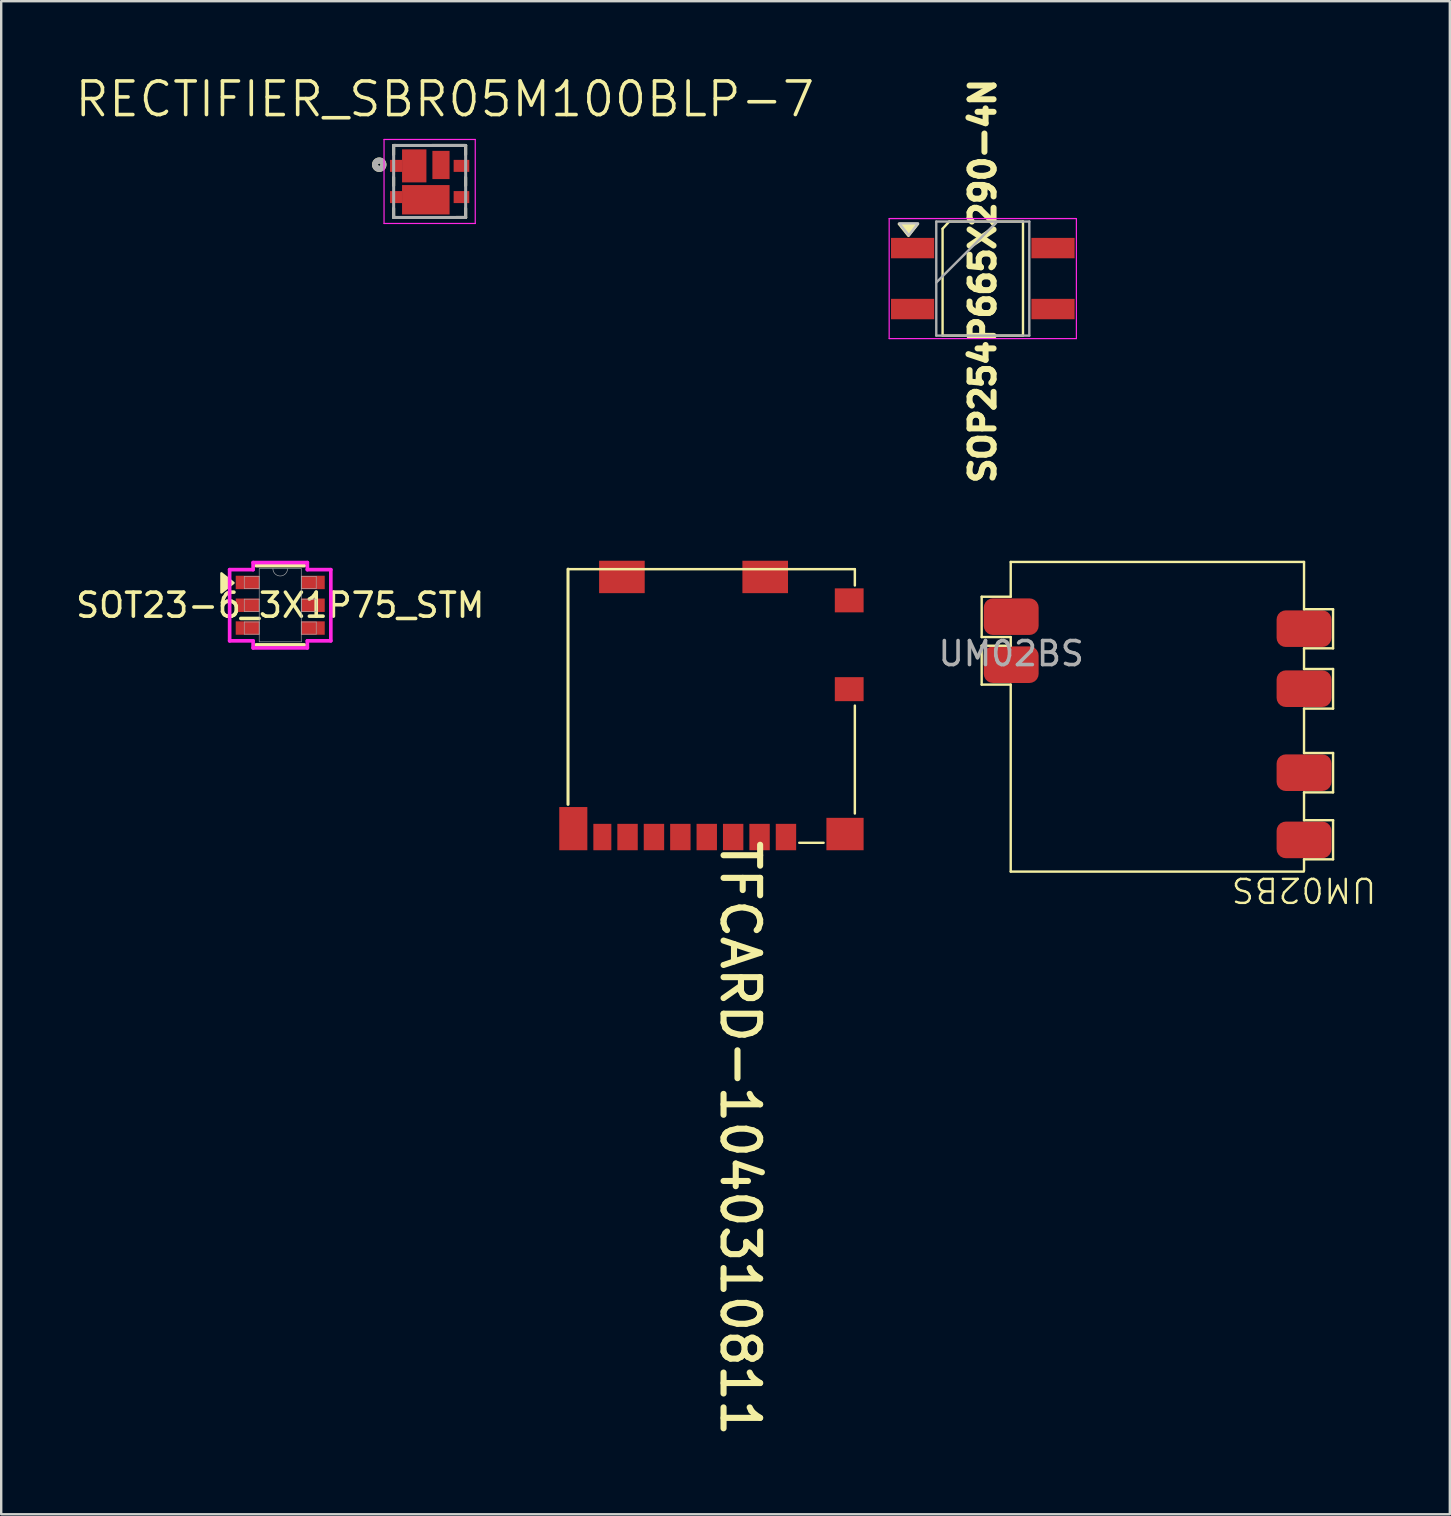
<source format=kicad_pcb>
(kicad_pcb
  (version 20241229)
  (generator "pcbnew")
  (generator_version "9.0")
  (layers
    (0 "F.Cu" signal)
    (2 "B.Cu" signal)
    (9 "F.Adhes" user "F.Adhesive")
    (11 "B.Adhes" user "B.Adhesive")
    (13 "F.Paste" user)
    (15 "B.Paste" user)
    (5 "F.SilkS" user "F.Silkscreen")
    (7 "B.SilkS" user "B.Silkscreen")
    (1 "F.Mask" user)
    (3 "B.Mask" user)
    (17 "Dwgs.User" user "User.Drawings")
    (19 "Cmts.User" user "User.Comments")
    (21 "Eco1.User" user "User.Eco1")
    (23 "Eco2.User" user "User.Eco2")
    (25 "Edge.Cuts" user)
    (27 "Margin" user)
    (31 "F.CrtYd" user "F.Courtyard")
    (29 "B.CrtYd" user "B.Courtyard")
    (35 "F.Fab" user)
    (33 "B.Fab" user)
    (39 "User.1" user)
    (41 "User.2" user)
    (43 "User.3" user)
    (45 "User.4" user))
  (footprint "SOP254P665X290-4N"
    (layer "F.Cu")
    (at 37.895 8.556)
    (property "Reference" "SOP254P665X290-4N" (at 0 0.1 90) (layer "F.SilkS") (effects (font (size 1 1) (thickness 0.25))))
    (attr smd)
    (fp_line (start -1.675 2.375) (end -1.675 -2.075) (stroke (width 0.1) (type solid)) (layer "F.SilkS"))
    (fp_line (start -1.4 -2.375) (end -1.675 -2.075) (stroke (width 0.1) (type default)) (layer "F.SilkS"))
    (fp_line (start -1.4 -2.375) (end 1.675 -2.375) (stroke (width 0.1) (type solid)) (layer "F.SilkS"))
    (fp_line (start 1.675 -2.375) (end 1.675 2.375) (stroke (width 0.1) (type solid)) (layer "F.SilkS"))
    (fp_line (start 1.675 2.375) (end -1.675 2.375) (stroke (width 0.1) (type solid)) (layer "F.SilkS"))
    (fp_poly (pts (xy -3.098 -1.778) (xy -2.698 -2.278) (xy -3.498 -2.278)) (stroke (width 0.1) (type solid)) (fill yes) (layer "F.SilkS"))
    (fp_poly (pts (xy -3.079 -1.8) (xy -2.7 -2.3) (xy -3.479 -2.3)) (stroke (width 0.1) (type solid)) (fill no) (layer "Dwgs.User"))
    (fp_line (start -3.9 -2.5) (end 3.9 -2.5) (stroke (width 0.05) (type solid)) (layer "F.CrtYd"))
    (fp_line (start -3.9 2.5) (end -3.9 -2.5) (stroke (width 0.05) (type solid)) (layer "F.CrtYd"))
    (fp_line (start 3.9 -2.5) (end 3.9 2.5) (stroke (width 0.05) (type solid)) (layer "F.CrtYd"))
    (fp_line (start 3.9 2.5) (end -3.9 2.5) (stroke (width 0.05) (type solid)) (layer "F.CrtYd"))
    (fp_line (start -1.938 -2.375) (end 1.938 -2.375) (stroke (width 0.1) (type solid)) (layer "F.Fab"))
    (fp_line (start -1.938 0.165) (end 0.602 -2.375) (stroke (width 0.1) (type solid)) (layer "F.Fab"))
    (fp_line (start -1.938 2.375) (end -1.938 -2.375) (stroke (width 0.1) (type solid)) (layer "F.Fab"))
    (fp_line (start 1.938 -2.375) (end 1.938 2.375) (stroke (width 0.1) (type solid)) (layer "F.Fab"))
    (fp_line (start 1.938 2.375) (end -1.938 2.375) (stroke (width 0.1) (type solid)) (layer "F.Fab"))
    (pad "1" smd rect (at -2.925 -1.27 90) (size 0.85 1.8) (layers "F.Cu" "F.Mask" "F.Paste"))
    (pad "2" smd rect (at -2.925 1.27 90) (size 0.85 1.8) (layers "F.Cu" "F.Mask" "F.Paste"))
    (pad "3" smd rect (at 2.925 1.27 90) (size 0.85 1.8) (layers "F.Cu" "F.Mask" "F.Paste"))
    (pad "4" smd rect (at 2.925 -1.27 90) (size 0.85 1.8) (layers "F.Cu" "F.Mask" "F.Paste")))
  (footprint "RECTIFIER_SBR05M100BLP-7"
    (layer "F.Cu")
    (at 14.85 4.511)
    (property "Reference" "RECTIFIER_SBR05M100BLP-7" (at 0.635 -3.429 0) (layer "F.SilkS") (effects (font (size 1.4 1.4) (thickness 0.15))))
    (attr smd)
    (fp_line (start -1.5 -1.5) (end -1.4 -1.5) (stroke (width 0.127) (type solid)) (layer "F.SilkS"))
    (fp_line (start -1.5 -1.12) (end -1.5 -1.5) (stroke (width 0.127) (type solid)) (layer "F.SilkS"))
    (fp_line (start -1.5 -0.17) (end -1.5 0.17) (stroke (width 0.127) (type solid)) (layer "F.SilkS"))
    (fp_line (start -1.5 1.12) (end -1.5 1.5) (stroke (width 0.127) (type solid)) (layer "F.SilkS"))
    (fp_line (start -1.5 1.5) (end -1.4 1.5) (stroke (width 0.127) (type solid)) (layer "F.SilkS"))
    (fp_line (start 1.1 1.5) (end 1.5 1.5) (stroke (width 0.127) (type solid)) (layer "F.SilkS"))
    (fp_line (start 1.5 -1.5) (end 0.1 -1.5) (stroke (width 0.127) (type solid)) (layer "F.SilkS"))
    (fp_line (start 1.5 -1.12) (end 1.5 -1.5) (stroke (width 0.127) (type solid)) (layer "F.SilkS"))
    (fp_line (start 1.5 -0.17) (end 1.5 0.17) (stroke (width 0.127) (type solid)) (layer "F.SilkS"))
    (fp_line (start 1.5 1.5) (end 1.5 1.12) (stroke (width 0.127) (type solid)) (layer "F.SilkS"))
    (fp_circle (center -2.1 -0.7) (end -2.05 -0.7) (stroke (width 0.25) (type solid)) (fill no) (layer "F.SilkS"))
    (fp_line (start -1.9 -1.75) (end 1.9 -1.75) (stroke (width 0.05) (type solid)) (layer "F.CrtYd"))
    (fp_line (start -1.9 1.75) (end -1.9 -1.75) (stroke (width 0.05) (type solid)) (layer "F.CrtYd"))
    (fp_line (start 1.9 -1.75) (end 1.9 1.75) (stroke (width 0.05) (type solid)) (layer "F.CrtYd"))
    (fp_line (start 1.9 1.75) (end -1.9 1.75) (stroke (width 0.05) (type solid)) (layer "F.CrtYd"))
    (fp_line (start -1.5 -1.5) (end 1.5 -1.5) (stroke (width 0.127) (type solid)) (layer "F.Fab"))
    (fp_line (start -1.5 1.5) (end -1.5 -1.5) (stroke (width 0.127) (type solid)) (layer "F.Fab"))
    (fp_line (start 1.5 -1.5) (end 1.5 1.5) (stroke (width 0.127) (type solid)) (layer "F.Fab"))
    (fp_line (start 1.5 1.5) (end -1.5 1.5) (stroke (width 0.127) (type solid)) (layer "F.Fab"))
    (fp_circle (center -2.1 -0.7) (end -2.05 -0.7) (stroke (width 0.25) (type solid)) (fill no) (layer "F.Fab"))
    (pad "1" smd rect (at -1.4 -0.65) (size 0.5 0.5) (layers "F.Cu" "F.Mask" "F.Paste"))
    (pad "1" smd rect (at -0.642 -0.65) (size 1.015 1.375) (layers "F.Cu" "F.Mask" "F.Paste"))
    (pad "2" smd rect (at -1.4 0.65) (size 0.5 0.5) (layers "F.Cu" "F.Mask" "F.Paste"))
    (pad "2" smd rect (at -0.16 0.762) (size 1.98 1.225) (layers "F.Cu" "F.Mask" "F.Paste"))
    (pad "3" smd rect (at 1.325 0.65) (size 0.65 0.5) (layers "F.Cu" "F.Mask" "F.Paste"))
    (pad "4" smd rect (at 1.325 -0.65) (size 0.65 0.5) (layers "F.Cu" "F.Mask" "F.Paste"))
    (pad "DNC" smd rect (at 0.472 -0.688) (size 0.715 1.175) (layers "F.Cu" "F.Mask" "F.Paste")))
  (footprint "UM02BS"
    (layer "F.Cu")
    (at 51.279 31.942)
    (property "Reference" "UM02BS" (at 0 2.08 180) (unlocked yes) (layer "F.SilkS") (effects (font (size 1 1) (thickness 0.1))))
    (attr smd)
    (fp_line (start -13.43 -10.13) (end -12.22 -10.13) (stroke (width 0.1) (type default)) (layer "F.SilkS"))
    (fp_line (start -13.43 -8.45) (end -13.43 -10.13) (stroke (width 0.1) (type default)) (layer "F.SilkS"))
    (fp_line (start -13.43 -8.09) (end -12.22 -8.09) (stroke (width 0.1) (type default)) (layer "F.SilkS"))
    (fp_line (start -13.43 -6.47) (end -13.43 -8.09) (stroke (width 0.1) (type default)) (layer "F.SilkS"))
    (fp_line (start -12.22 -11.58) (end 0 -11.58) (stroke (width 0.1) (type default)) (layer "F.SilkS"))
    (fp_line (start -12.22 -10.13) (end -12.22 -11.58) (stroke (width 0.1) (type default)) (layer "F.SilkS"))
    (fp_line (start -12.22 -8.45) (end -13.43 -8.45) (stroke (width 0.1) (type default)) (layer "F.SilkS"))
    (fp_line (start -12.22 -8.09) (end -12.22 -8.45) (stroke (width 0.1) (type default)) (layer "F.SilkS"))
    (fp_line (start -12.22 -6.47) (end -13.43 -6.47) (stroke (width 0.1) (type default)) (layer "F.SilkS"))
    (fp_line (start -12.22 1.32) (end -12.22 -6.47) (stroke (width 0.1) (type default)) (layer "F.SilkS"))
    (fp_line (start -0.01 1.32) (end -12.22 1.32) (stroke (width 0.1) (type default)) (layer "F.SilkS"))
    (fp_line (start 0 -11.58) (end 0 -9.61) (stroke (width 0.1) (type default)) (layer "F.SilkS"))
    (fp_line (start 0 -9.61) (end 1.17 -9.61) (stroke (width 0.1) (type default)) (layer "F.SilkS"))
    (fp_line (start 0 -7.98) (end 0 -7.12) (stroke (width 0.1) (type default)) (layer "F.SilkS"))
    (fp_line (start 0 -7.12) (end 1.21 -7.12) (stroke (width 0.1) (type default)) (layer "F.SilkS"))
    (fp_line (start 0 -5.47) (end 0 -3.62) (stroke (width 0.1) (type default)) (layer "F.SilkS"))
    (fp_line (start 0 -3.62) (end 1.21 -3.62) (stroke (width 0.1) (type default)) (layer "F.SilkS"))
    (fp_line (start 0 -1.98) (end 0 -0.82) (stroke (width 0.1) (type default)) (layer "F.SilkS"))
    (fp_line (start 0 -0.82) (end 1.21 -0.82) (stroke (width 0.1) (type default)) (layer "F.SilkS"))
    (fp_line (start 0 0.81) (end 0 1.28) (stroke (width 0.1) (type default)) (layer "F.SilkS"))
    (fp_line (start 1.17 -9.61) (end 1.21 -9.61) (stroke (width 0.1) (type default)) (layer "F.SilkS"))
    (fp_line (start 1.21 -9.61) (end 1.21 -7.98) (stroke (width 0.1) (type default)) (layer "F.SilkS"))
    (fp_line (start 1.21 -7.98) (end 0 -7.98) (stroke (width 0.1) (type default)) (layer "F.SilkS"))
    (fp_line (start 1.21 -7.12) (end 1.21 -5.47) (stroke (width 0.1) (type default)) (layer "F.SilkS"))
    (fp_line (start 1.21 -5.47) (end 0 -5.47) (stroke (width 0.1) (type default)) (layer "F.SilkS"))
    (fp_line (start 1.21 -3.62) (end 1.21 -1.98) (stroke (width 0.1) (type default)) (layer "F.SilkS"))
    (fp_line (start 1.21 -1.98) (end 0 -1.98) (stroke (width 0.1) (type default)) (layer "F.SilkS"))
    (fp_line (start 1.21 -0.82) (end 1.21 0.81) (stroke (width 0.1) (type default)) (layer "F.SilkS"))
    (fp_line (start 1.21 0.81) (end 0 0.81) (stroke (width 0.1) (type default)) (layer "F.SilkS"))
    (fp_text user "${REFERENCE}" (at -12.2 -7.76 0) (unlocked yes) (layer "F.Fab") (effects (font (size 1 1) (thickness 0.15))))
    (pad "1" smd roundrect (at 0 0 180) (size 2.286 1.524) (layers "F.Cu" "F.Mask" "F.Paste") (roundrect_rratio 0.25))
    (pad "2" smd roundrect (at 0 -2.8 180) (size 2.286 1.524) (layers "F.Cu" "F.Mask" "F.Paste") (roundrect_rratio 0.25))
    (pad "3" smd roundrect (at 0 -6.3 180) (size 2.286 1.524) (layers "F.Cu" "F.Mask" "F.Paste") (roundrect_rratio 0.25))
    (pad "4" smd roundrect (at 0 -8.8 180) (size 2.286 1.524) (layers "F.Cu" "F.Mask" "F.Paste") (roundrect_rratio 0.25))
    (pad "5" smd roundrect (at -12.2 -9.3 180) (size 2.286 1.524) (layers "F.Cu" "F.Mask" "F.Paste") (roundrect_rratio 0.25))
    (pad "6" smd roundrect (at -12.2 -7.3 180) (size 2.286 1.524) (layers "F.Cu" "F.Mask" "F.Paste") (roundrect_rratio 0.25)))
  (footprint "SOT23-6_3X1P75_STM"
    (layer "F.Cu")
    (at 8.625 22.166)
    (property "Reference" "SOT23-6_3X1P75_STM" (at 0 0 0) (unlocked yes) (layer "F.SilkS") (effects (font (size 1 1) (thickness 0.15))))
    (attr smd)
    (fp_line (start -1.003 1.651) (end 1.003 1.651) (stroke (width 0.152) (type solid)) (layer "F.SilkS"))
    (fp_line (start 1.003 -1.651) (end -1.003 -1.651) (stroke (width 0.152) (type solid)) (layer "F.SilkS"))
    (fp_poly (pts (xy -1.946 -0.931) (xy -2.45 -1.331) (xy -2.45 -0.531)) (stroke (width 0.1) (type solid)) (fill yes) (layer "F.SilkS"))
    (fp_line (start -2.108 -1.483) (end -1.13 -1.483) (stroke (width 0.152) (type solid)) (layer "F.CrtYd"))
    (fp_line (start -2.108 1.483) (end -2.108 -1.483) (stroke (width 0.152) (type solid)) (layer "F.CrtYd"))
    (fp_line (start -2.108 1.483) (end -1.13 1.483) (stroke (width 0.152) (type solid)) (layer "F.CrtYd"))
    (fp_line (start -1.13 -1.778) (end 1.13 -1.778) (stroke (width 0.152) (type solid)) (layer "F.CrtYd"))
    (fp_line (start -1.13 -1.483) (end -1.13 -1.778) (stroke (width 0.152) (type solid)) (layer "F.CrtYd"))
    (fp_line (start -1.13 1.778) (end -1.13 1.483) (stroke (width 0.152) (type solid)) (layer "F.CrtYd"))
    (fp_line (start 1.13 -1.778) (end 1.13 -1.483) (stroke (width 0.152) (type solid)) (layer "F.CrtYd"))
    (fp_line (start 1.13 1.483) (end 1.13 1.778) (stroke (width 0.152) (type solid)) (layer "F.CrtYd"))
    (fp_line (start 1.13 1.778) (end -1.13 1.778) (stroke (width 0.152) (type solid)) (layer "F.CrtYd"))
    (fp_line (start 2.108 -1.483) (end 1.13 -1.483) (stroke (width 0.152) (type solid)) (layer "F.CrtYd"))
    (fp_line (start 2.108 -1.483) (end 2.108 1.483) (stroke (width 0.152) (type solid)) (layer "F.CrtYd"))
    (fp_line (start 2.108 1.483) (end 1.13 1.483) (stroke (width 0.152) (type solid)) (layer "F.CrtYd"))
    (fp_line (start -1.499 -1.204) (end -1.499 -0.696) (stroke (width 0.025) (type solid)) (layer "F.Fab"))
    (fp_line (start -1.499 -0.696) (end -0.876 -0.696) (stroke (width 0.025) (type solid)) (layer "F.Fab"))
    (fp_line (start -1.499 -0.254) (end -1.499 0.254) (stroke (width 0.025) (type solid)) (layer "F.Fab"))
    (fp_line (start -1.499 0.254) (end -0.876 0.254) (stroke (width 0.025) (type solid)) (layer "F.Fab"))
    (fp_line (start -1.499 0.696) (end -1.499 1.204) (stroke (width 0.025) (type solid)) (layer "F.Fab"))
    (fp_line (start -1.499 1.204) (end -0.876 1.204) (stroke (width 0.025) (type solid)) (layer "F.Fab"))
    (fp_line (start -0.876 -1.524) (end -0.876 1.524) (stroke (width 0.025) (type solid)) (layer "F.Fab"))
    (fp_line (start -0.876 -1.204) (end -1.499 -1.204) (stroke (width 0.025) (type solid)) (layer "F.Fab"))
    (fp_line (start -0.876 -0.696) (end -0.876 -1.204) (stroke (width 0.025) (type solid)) (layer "F.Fab"))
    (fp_line (start -0.876 -0.254) (end -1.499 -0.254) (stroke (width 0.025) (type solid)) (layer "F.Fab"))
    (fp_line (start -0.876 0.254) (end -0.876 -0.254) (stroke (width 0.025) (type solid)) (layer "F.Fab"))
    (fp_line (start -0.876 0.696) (end -1.499 0.696) (stroke (width 0.025) (type solid)) (layer "F.Fab"))
    (fp_line (start -0.876 1.204) (end -0.876 0.696) (stroke (width 0.025) (type solid)) (layer "F.Fab"))
    (fp_line (start -0.876 1.524) (end 0.876 1.524) (stroke (width 0.025) (type solid)) (layer "F.Fab"))
    (fp_line (start 0.876 -1.524) (end -0.876 -1.524) (stroke (width 0.025) (type solid)) (layer "F.Fab"))
    (fp_line (start 0.876 -1.204) (end 0.876 -0.696) (stroke (width 0.025) (type solid)) (layer "F.Fab"))
    (fp_line (start 0.876 -0.696) (end 1.499 -0.696) (stroke (width 0.025) (type solid)) (layer "F.Fab"))
    (fp_line (start 0.876 -0.254) (end 0.876 0.254) (stroke (width 0.025) (type solid)) (layer "F.Fab"))
    (fp_line (start 0.876 0.254) (end 1.499 0.254) (stroke (width 0.025) (type solid)) (layer "F.Fab"))
    (fp_line (start 0.876 0.696) (end 0.876 1.204) (stroke (width 0.025) (type solid)) (layer "F.Fab"))
    (fp_line (start 0.876 1.204) (end 1.499 1.204) (stroke (width 0.025) (type solid)) (layer "F.Fab"))
    (fp_line (start 0.876 1.524) (end 0.876 -1.524) (stroke (width 0.025) (type solid)) (layer "F.Fab"))
    (fp_line (start 1.499 -1.204) (end 0.876 -1.204) (stroke (width 0.025) (type solid)) (layer "F.Fab"))
    (fp_line (start 1.499 -0.696) (end 1.499 -1.204) (stroke (width 0.025) (type solid)) (layer "F.Fab"))
    (fp_line (start 1.499 -0.254) (end 0.876 -0.254) (stroke (width 0.025) (type solid)) (layer "F.Fab"))
    (fp_line (start 1.499 0.254) (end 1.499 -0.254) (stroke (width 0.025) (type solid)) (layer "F.Fab"))
    (fp_line (start 1.499 0.696) (end 0.876 0.696) (stroke (width 0.025) (type solid)) (layer "F.Fab"))
    (fp_line (start 1.499 1.204) (end 1.499 0.696) (stroke (width 0.025) (type solid)) (layer "F.Fab"))
    (fp_arc (start 0.3048 -1.524) (mid 0 -1.2192) (end -0.3048 -1.524) (stroke (width 0.0254) (type solid)) (layer "F.Fab"))
    (pad "1" smd rect (at -1.365 -0.95) (size 0.978 0.559) (layers "F.Cu" "F.Mask" "F.Paste"))
    (pad "2" smd rect (at -1.365 0) (size 0.978 0.559) (layers "F.Cu" "F.Mask" "F.Paste"))
    (pad "3" smd rect (at -1.365 0.95) (size 0.978 0.559) (layers "F.Cu" "F.Mask" "F.Paste"))
    (pad "4" smd rect (at 1.365 0.95) (size 0.978 0.559) (layers "F.Cu" "F.Mask" "F.Paste"))
    (pad "5" smd rect (at 1.365 0) (size 0.978 0.559) (layers "F.Cu" "F.Mask" "F.Paste"))
    (pad "6" smd rect (at 1.365 -0.95) (size 0.978 0.559) (layers "F.Cu" "F.Mask" "F.Paste")))
  (footprint "TFCARD-1040310811"
    (layer "F.Cu")
    (at 26.59 32.062)
    (property "Reference" "TFCARD-1040310811" (at 0.305 -0.229 270) (unlocked yes) (layer "F.SilkS") (effects (font (size 1.524 1.524) (thickness 0.254)) (justify left bottom)))
    (fp_line (start -5.975 -11.4) (end -5.975 -1.6) (stroke (width 0.127) (type solid)) (layer "F.SilkS"))
    (fp_line (start 4.674 0) (end 3.658 0) (stroke (width 0.1) (type solid)) (layer "F.SilkS"))
    (fp_line (start 5.975 -11.4) (end -5.975 -11.4) (stroke (width 0.102) (type solid)) (layer "F.SilkS"))
    (fp_line (start 5.975 -11.4) (end 5.975 -10.719) (stroke (width 0.102) (type solid)) (layer "F.SilkS"))
    (fp_line (start 5.975 -5.715) (end 5.975 -1.219) (stroke (width 0.102) (type solid)) (layer "F.SilkS"))
    (pad "1" smd rect (at 3.105 -0.239 180) (size 0.85 1.1) (layers "F.Cu" "F.Mask" "F.Paste"))
    (pad "2" smd rect (at 2.005 -0.239 180) (size 0.85 1.1) (layers "F.Cu" "F.Mask" "F.Paste"))
    (pad "3" smd rect (at 0.905 -0.239 180) (size 0.85 1.1) (layers "F.Cu" "F.Mask" "F.Paste"))
    (pad "4" smd rect (at -0.195 -0.239 180) (size 0.85 1.1) (layers "F.Cu" "F.Mask" "F.Paste"))
    (pad "5" smd rect (at -1.295 -0.239 180) (size 0.85 1.1) (layers "F.Cu" "F.Mask" "F.Paste"))
    (pad "6" smd rect (at -2.395 -0.239 180) (size 0.85 1.1) (layers "F.Cu" "F.Mask" "F.Paste"))
    (pad "7" smd rect (at -3.495 -0.239 180) (size 0.85 1.1) (layers "F.Cu" "F.Mask" "F.Paste"))
    (pad "8" smd rect (at -4.545 -0.239 180) (size 0.75 1.1) (layers "F.Cu" "F.Mask" "F.Paste"))
    (pad "G1" smd rect (at 5.565 -0.364 180) (size 1.55 1.35) (layers "F.Cu" "F.Mask" "F.Paste"))
    (pad "G2" smd rect (at -5.755 -0.589 180) (size 1.17 1.8) (layers "F.Cu" "F.Mask" "F.Paste"))
    (pad "G3" smd rect (at -3.73 -11.075 180) (size 1.9 1.35) (layers "F.Cu" "F.Mask" "F.Paste"))
    (pad "G4" smd rect (at 2.24 -11.075 180) (size 1.9 1.35) (layers "F.Cu" "F.Mask" "F.Paste"))
    (pad "G5" smd rect (at 5.74 -10.1 180) (size 1.2 1) (layers "F.Cu" "F.Mask" "F.Paste"))
    (pad "G6" smd rect (at 5.74 -6.4 180) (size 1.2 1) (layers "F.Cu" "F.Mask" "F.Paste")))
  (gr_rect
    (start -3 -3)
    (end 57.353 60.037)
    (stroke (width 0.1) (type default))
    (fill no)
    (layer "Edge.Cuts")))
</source>
